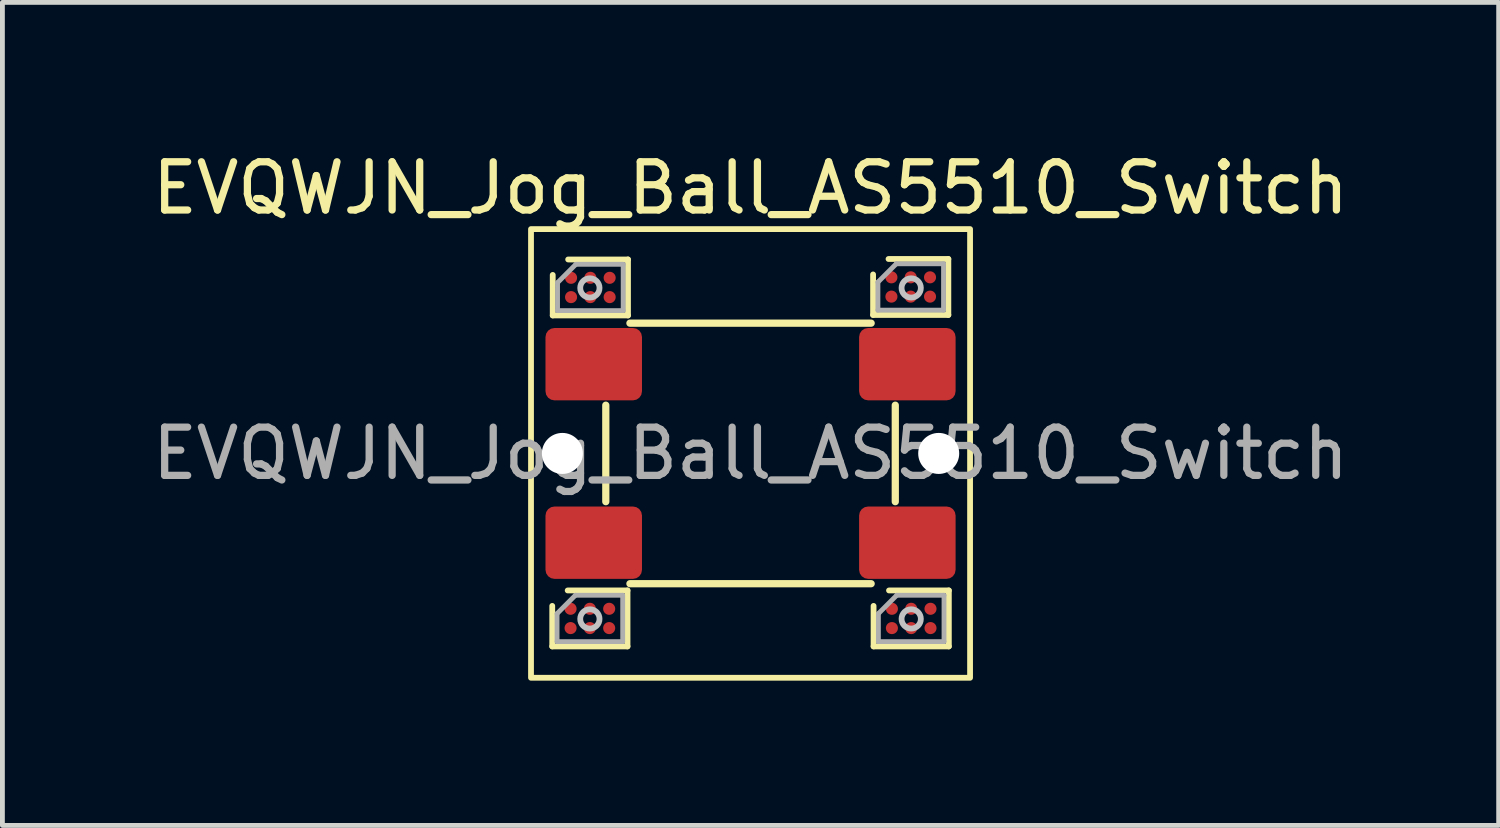
<source format=kicad_pcb>
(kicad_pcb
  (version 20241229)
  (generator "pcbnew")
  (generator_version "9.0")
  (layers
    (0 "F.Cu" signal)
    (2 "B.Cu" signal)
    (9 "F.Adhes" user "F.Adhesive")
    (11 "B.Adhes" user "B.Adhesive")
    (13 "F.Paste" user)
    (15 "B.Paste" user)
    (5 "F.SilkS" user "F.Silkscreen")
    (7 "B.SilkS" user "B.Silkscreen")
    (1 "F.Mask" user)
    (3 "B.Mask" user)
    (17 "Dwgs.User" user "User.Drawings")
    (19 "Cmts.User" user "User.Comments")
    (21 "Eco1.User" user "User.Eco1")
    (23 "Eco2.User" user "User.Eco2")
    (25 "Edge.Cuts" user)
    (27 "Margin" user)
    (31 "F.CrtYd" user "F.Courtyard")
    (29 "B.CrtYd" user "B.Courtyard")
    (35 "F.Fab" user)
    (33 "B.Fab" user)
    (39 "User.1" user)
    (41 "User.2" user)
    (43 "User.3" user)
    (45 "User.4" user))
  (footprint "EVQWJN_Jog_Ball_AS5510_Switch"
    (layer "F.Cu")
    (at 12.506 6.348)
    (property "Reference" "EVQWJN_Jog_Ball_AS5510_Switch" (at 0 -5.5 0) (unlocked yes) (layer "F.SilkS") (effects (font (size 1 1) (thickness 0.15))))
    (attr smd)
    (fp_line (start -4.11 4) (end -4.11 3.16) (stroke (width 0.12) (type solid)) (layer "F.SilkS"))
    (fp_line (start -4.1 -2.86) (end -4.1 -3.7) (stroke (width 0.12) (type solid)) (layer "F.SilkS"))
    (fp_line (start -3.79 2.84) (end -2.55 2.84) (stroke (width 0.12) (type solid)) (layer "F.SilkS"))
    (fp_line (start -3.78 -4.02) (end -2.54 -4.02) (stroke (width 0.12) (type solid)) (layer "F.SilkS"))
    (fp_line (start -3 1) (end -3 -1) (stroke (width 0.15) (type solid)) (layer "F.SilkS"))
    (fp_line (start -2.55 2.84) (end -2.55 4) (stroke (width 0.12) (type solid)) (layer "F.SilkS"))
    (fp_line (start -2.55 4) (end -4.11 4) (stroke (width 0.12) (type solid)) (layer "F.SilkS"))
    (fp_line (start -2.54 -4.02) (end -2.54 -2.86) (stroke (width 0.12) (type solid)) (layer "F.SilkS"))
    (fp_line (start -2.54 -2.86) (end -4.1 -2.86) (stroke (width 0.12) (type solid)) (layer "F.SilkS"))
    (fp_line (start 2.5 -2.7) (end -2.5 -2.7) (stroke (width 0.15) (type solid)) (layer "F.SilkS"))
    (fp_line (start 2.5 2.7) (end -2.5 2.7) (stroke (width 0.15) (type solid)) (layer "F.SilkS"))
    (fp_line (start 2.54 -2.87) (end 2.54 -3.71) (stroke (width 0.12) (type solid)) (layer "F.SilkS"))
    (fp_line (start 2.55 4) (end 2.55 3.16) (stroke (width 0.12) (type solid)) (layer "F.SilkS"))
    (fp_line (start 2.86 -4.03) (end 4.1 -4.03) (stroke (width 0.12) (type solid)) (layer "F.SilkS"))
    (fp_line (start 2.87 2.84) (end 4.11 2.84) (stroke (width 0.12) (type solid)) (layer "F.SilkS"))
    (fp_line (start 3 -1) (end 3 1) (stroke (width 0.15) (type solid)) (layer "F.SilkS"))
    (fp_line (start 4.1 -4.03) (end 4.1 -2.87) (stroke (width 0.12) (type solid)) (layer "F.SilkS"))
    (fp_line (start 4.1 -2.87) (end 2.54 -2.87) (stroke (width 0.12) (type solid)) (layer "F.SilkS"))
    (fp_line (start 4.11 2.84) (end 4.11 4) (stroke (width 0.12) (type solid)) (layer "F.SilkS"))
    (fp_line (start 4.11 4) (end 2.55 4) (stroke (width 0.12) (type solid)) (layer "F.SilkS"))
    (fp_rect (start -4.55 -4.65) (end 4.55 4.65) (stroke (width 0.12) (type default)) (fill no) (layer "F.SilkS"))
    (fp_circle (center -3.33 -3.43) (end -3.13 -3.43) (stroke (width 0.12) (type default)) (fill no) (layer "Dwgs.User"))
    (fp_circle (center -3.33 3.43) (end -3.13 3.43) (stroke (width 0.12) (type default)) (fill no) (layer "Dwgs.User"))
    (fp_circle (center 3.33 -3.43) (end 3.53 -3.43) (stroke (width 0.12) (type default)) (fill no) (layer "Dwgs.User"))
    (fp_circle (center 3.33 3.43) (end 3.53 3.43) (stroke (width 0.12) (type default)) (fill no) (layer "Dwgs.User"))
    (fp_line (start -4.01 3.32) (end -3.63 2.94) (stroke (width 0.1) (type solid)) (layer "F.Fab"))
    (fp_line (start -4.01 3.9) (end -4.01 3.32) (stroke (width 0.1) (type solid)) (layer "F.Fab"))
    (fp_line (start -4 -3.54) (end -3.62 -3.92) (stroke (width 0.1) (type solid)) (layer "F.Fab"))
    (fp_line (start -4 -2.96) (end -4 -3.54) (stroke (width 0.1) (type solid)) (layer "F.Fab"))
    (fp_line (start -3.63 2.94) (end -2.65 2.94) (stroke (width 0.1) (type solid)) (layer "F.Fab"))
    (fp_line (start -3.62 -3.92) (end -2.64 -3.92) (stroke (width 0.1) (type solid)) (layer "F.Fab"))
    (fp_line (start -2.65 2.94) (end -2.65 3.9) (stroke (width 0.1) (type solid)) (layer "F.Fab"))
    (fp_line (start -2.65 3.9) (end -4.01 3.9) (stroke (width 0.1) (type solid)) (layer "F.Fab"))
    (fp_line (start -2.64 -3.92) (end -2.64 -2.96) (stroke (width 0.1) (type solid)) (layer "F.Fab"))
    (fp_line (start -2.64 -2.96) (end -4 -2.96) (stroke (width 0.1) (type solid)) (layer "F.Fab"))
    (fp_line (start 2.64 -3.55) (end 3.02 -3.93) (stroke (width 0.1) (type solid)) (layer "F.Fab"))
    (fp_line (start 2.64 -2.97) (end 2.64 -3.55) (stroke (width 0.1) (type solid)) (layer "F.Fab"))
    (fp_line (start 2.65 3.32) (end 3.03 2.94) (stroke (width 0.1) (type solid)) (layer "F.Fab"))
    (fp_line (start 2.65 3.9) (end 2.65 3.32) (stroke (width 0.1) (type solid)) (layer "F.Fab"))
    (fp_line (start 3.02 -3.93) (end 4 -3.93) (stroke (width 0.1) (type solid)) (layer "F.Fab"))
    (fp_line (start 3.03 2.94) (end 4.01 2.94) (stroke (width 0.1) (type solid)) (layer "F.Fab"))
    (fp_line (start 4 -3.93) (end 4 -2.97) (stroke (width 0.1) (type solid)) (layer "F.Fab"))
    (fp_line (start 4 -2.97) (end 2.64 -2.97) (stroke (width 0.1) (type solid)) (layer "F.Fab"))
    (fp_line (start 4.01 2.94) (end 4.01 3.9) (stroke (width 0.1) (type solid)) (layer "F.Fab"))
    (fp_line (start 4.01 3.9) (end 2.65 3.9) (stroke (width 0.1) (type solid)) (layer "F.Fab"))
    (fp_text user "${REFERENCE}" (at 0 0 0) (unlocked yes) (layer "F.Fab") (effects (font (size 1 1) (thickness 0.15))))
    (pad "" np_thru_hole circle (at -3.9 0) (size 0.85 0.85) (drill 0.85) (layers "*.Cu" "*.Mask"))
    (pad "" np_thru_hole circle (at 3.9 0) (size 0.85 0.85) (drill 0.85) (layers "*.Cu" "*.Mask"))
    (pad "1" smd circle (at -3.73 3.22 90) (size 0.25 0.25) (property pad_prop_bga) (layers "F.Cu" "F.Mask" "F.Paste"))
    (pad "1" smd circle (at -3.72 -3.64 90) (size 0.25 0.25) (property pad_prop_bga) (layers "F.Cu" "F.Mask" "F.Paste"))
    (pad "1" smd circle (at -3.32 -3.64 90) (size 0.25 0.25) (property pad_prop_bga) (layers "F.Cu" "F.Mask" "F.Paste"))
    (pad "1" smd circle (at 2.92 -3.65 90) (size 0.25 0.25) (property pad_prop_bga) (layers "F.Cu" "F.Mask" "F.Paste"))
    (pad "1" smd circle (at 2.93 3.22 90) (size 0.25 0.25) (property pad_prop_bga) (layers "F.Cu" "F.Mask" "F.Paste"))
    (pad "1" smd circle (at 3.33 3.22 90) (size 0.25 0.25) (property pad_prop_bga) (layers "F.Cu" "F.Mask" "F.Paste"))
    (pad "2" smd circle (at -3.33 3.22 90) (size 0.25 0.25) (property pad_prop_bga) (layers "F.Cu" "F.Mask" "F.Paste"))
    (pad "2" smd circle (at -2.93 3.22 90) (size 0.25 0.25) (property pad_prop_bga) (layers "F.Cu" "F.Mask" "F.Paste"))
    (pad "2" smd circle (at -2.92 -3.64 90) (size 0.25 0.25) (property pad_prop_bga) (layers "F.Cu" "F.Mask" "F.Paste"))
    (pad "2" smd circle (at 3.32 -3.65 90) (size 0.25 0.25) (property pad_prop_bga) (layers "F.Cu" "F.Mask" "F.Paste"))
    (pad "2" smd circle (at 3.72 -3.65 90) (size 0.25 0.25) (property pad_prop_bga) (layers "F.Cu" "F.Mask" "F.Paste"))
    (pad "2" smd circle (at 3.73 3.22 90) (size 0.25 0.25) (property pad_prop_bga) (layers "F.Cu" "F.Mask" "F.Paste"))
    (pad "3" smd roundrect (at -3.25 -1.85) (size 2 1.5) (layers "F.Cu" "F.Mask" "F.Paste") (roundrect_rratio 0.125))
    (pad "3" smd roundrect (at 3.25 -1.85) (size 2 1.5) (layers "F.Cu" "F.Mask" "F.Paste") (roundrect_rratio 0.125))
    (pad "4" smd roundrect (at -3.25 1.85) (size 2 1.5) (layers "F.Cu" "F.Mask" "F.Paste") (roundrect_rratio 0.125))
    (pad "4" smd roundrect (at 3.25 1.85) (size 2 1.5) (layers "F.Cu" "F.Mask" "F.Paste") (roundrect_rratio 0.125))
    (pad "5" smd circle (at -3.32 -3.24 90) (size 0.25 0.25) (property pad_prop_bga) (layers "F.Cu" "F.Mask" "F.Paste"))
    (pad "5" smd circle (at 3.32 -3.25 90) (size 0.25 0.25) (property pad_prop_bga) (layers "F.Cu" "F.Mask" "F.Paste"))
    (pad "6" smd circle (at -3.72 -3.24 90) (size 0.25 0.25) (property pad_prop_bga) (layers "F.Cu" "F.Mask" "F.Paste"))
    (pad "6" smd circle (at 2.92 -3.25 90) (size 0.25 0.25) (property pad_prop_bga) (layers "F.Cu" "F.Mask" "F.Paste"))
    (pad "7" smd circle (at -3.33 3.62 90) (size 0.25 0.25) (property pad_prop_bga) (layers "F.Cu" "F.Mask" "F.Paste"))
    (pad "7" smd circle (at 3.33 3.62 90) (size 0.25 0.25) (property pad_prop_bga) (layers "F.Cu" "F.Mask" "F.Paste"))
    (pad "8" smd circle (at -3.73 3.62 90) (size 0.25 0.25) (property pad_prop_bga) (layers "F.Cu" "F.Mask" "F.Paste"))
    (pad "8" smd circle (at 2.93 3.62 90) (size 0.25 0.25) (property pad_prop_bga) (layers "F.Cu" "F.Mask" "F.Paste"))
    (pad "9" smd circle (at -2.92 -3.24 90) (size 0.25 0.25) (property pad_prop_bga) (layers "F.Cu" "F.Mask" "F.Paste"))
    (pad "10" smd circle (at 3.72 -3.25 90) (size 0.25 0.25) (property pad_prop_bga) (layers "F.Cu" "F.Mask" "F.Paste"))
    (pad "11" smd circle (at -2.93 3.62 90) (size 0.25 0.25) (property pad_prop_bga) (layers "F.Cu" "F.Mask" "F.Paste"))
    (pad "12" smd circle (at 3.73 3.62 90) (size 0.25 0.25) (property pad_prop_bga) (layers "F.Cu" "F.Mask" "F.Paste")))
  (gr_rect
    (start -3 -3)
    (end 28.012 14.058)
    (stroke (width 0.1) (type default))
    (fill no)
    (layer "Edge.Cuts")))
</source>
